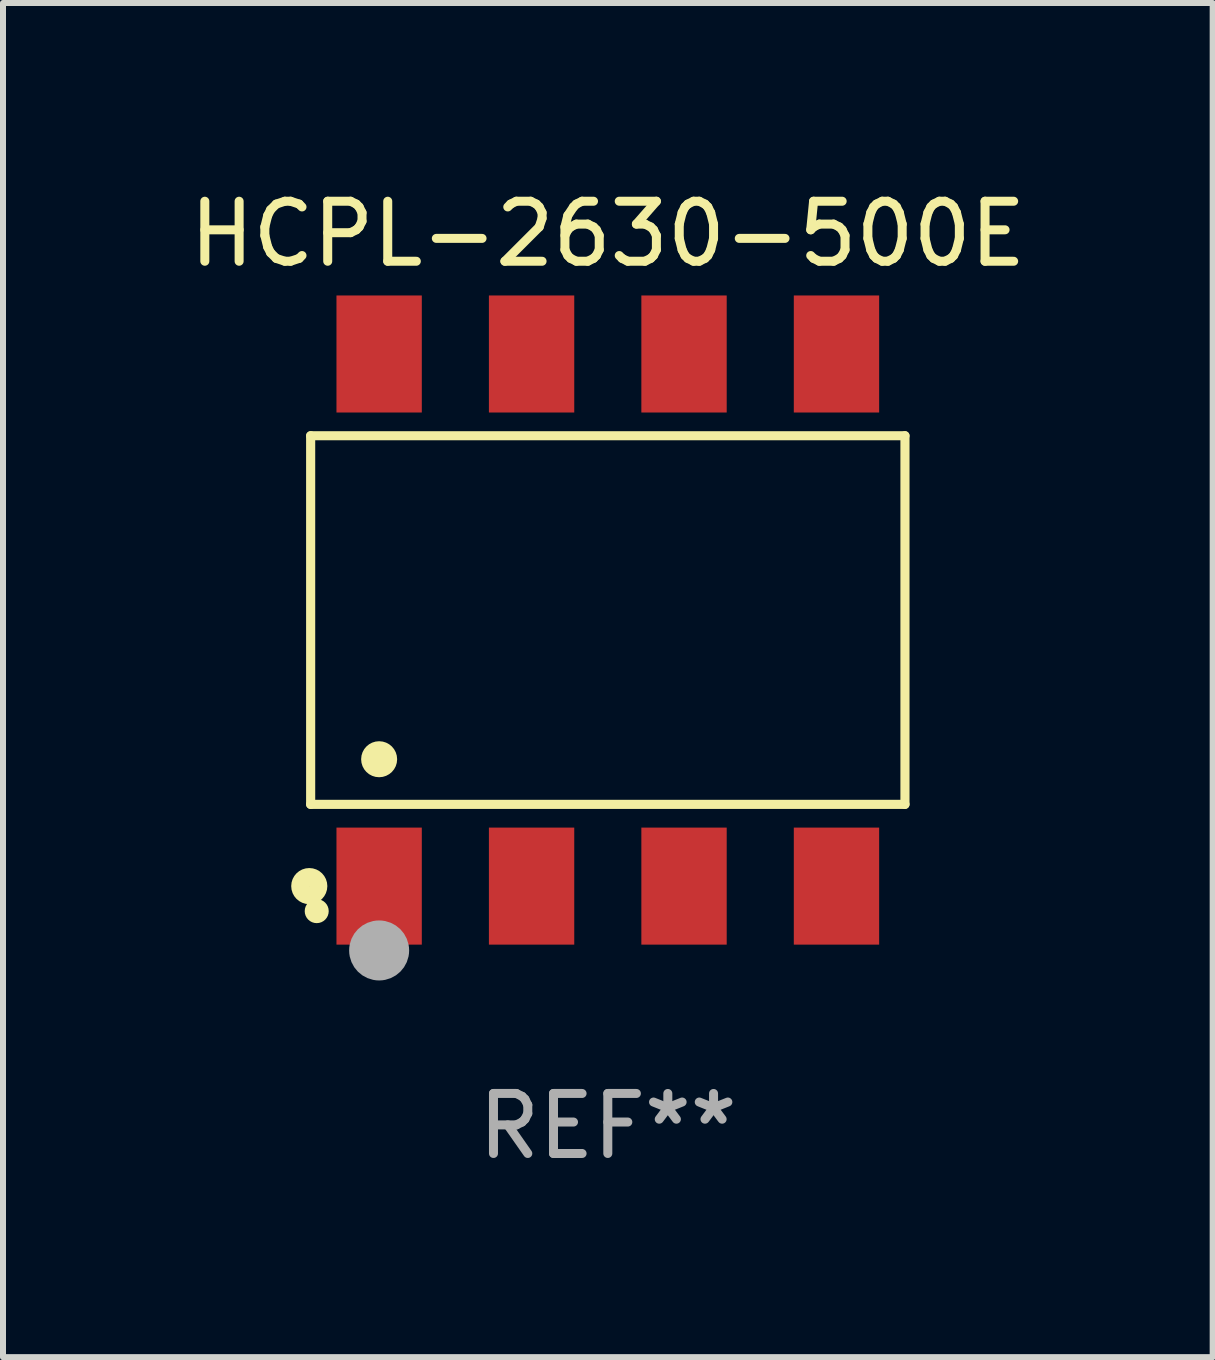
<source format=kicad_pcb>
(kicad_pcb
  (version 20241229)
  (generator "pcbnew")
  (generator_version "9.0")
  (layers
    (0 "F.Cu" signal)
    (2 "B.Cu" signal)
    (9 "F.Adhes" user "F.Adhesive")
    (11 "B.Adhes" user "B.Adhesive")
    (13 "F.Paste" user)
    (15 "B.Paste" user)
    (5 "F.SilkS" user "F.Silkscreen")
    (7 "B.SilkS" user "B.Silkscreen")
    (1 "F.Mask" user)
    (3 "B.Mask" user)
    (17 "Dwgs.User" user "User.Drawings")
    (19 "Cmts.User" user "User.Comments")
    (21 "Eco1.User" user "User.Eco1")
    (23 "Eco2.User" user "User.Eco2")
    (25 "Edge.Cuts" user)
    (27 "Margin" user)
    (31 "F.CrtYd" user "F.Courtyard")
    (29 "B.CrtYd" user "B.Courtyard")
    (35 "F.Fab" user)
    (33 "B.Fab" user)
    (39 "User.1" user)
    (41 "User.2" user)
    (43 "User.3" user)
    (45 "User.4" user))
  (footprint "HCPL-2630-500E"
    (layer "F.Cu")
    (at 7.077 7.281)
    (property "Reference" "HCPL-2630-500E" (at 0 -6.433 0) (layer "F.SilkS") (effects (font (size 1 1) (thickness 0.15))))
    (attr through_hole)
    (fp_line (start -4.951 -3.071) (end 4.951 -3.071) (stroke (width 0.152) (type solid)) (layer "F.SilkS"))
    (fp_line (start -4.951 3.071) (end -4.951 -3.071) (stroke (width 0.152) (type solid)) (layer "F.SilkS"))
    (fp_line (start 4.951 -3.071) (end 4.951 3.071) (stroke (width 0.152) (type solid)) (layer "F.SilkS"))
    (fp_line (start 4.951 3.071) (end -4.951 3.071) (stroke (width 0.152) (type solid)) (layer "F.SilkS"))
    (fp_circle (center -4.974 4.433) (end -4.823 4.433) (stroke (width 0.3) (type solid)) (fill no) (layer "F.SilkS"))
    (fp_circle (center -4.85 4.85) (end -4.75 4.85) (stroke (width 0.2) (type solid)) (fill no) (layer "F.SilkS"))
    (fp_circle (center -3.81 2.319) (end -3.66 2.319) (stroke (width 0.3) (type solid)) (fill no) (layer "F.SilkS"))
    (fp_circle (center -3.81 5.505) (end -3.56 5.505) (stroke (width 0.5) (type solid)) (fill no) (layer "F.Fab"))
    (fp_text user "REF**" (at 0 8.433 0) (layer "F.Fab") (effects (font (size 1 1) (thickness 0.15))))
    (pad "1" smd rect (at -3.81 4.433) (size 1.422 1.95) (layers "F.Cu" "F.Mask" "F.Paste"))
    (pad "2" smd rect (at -1.27 4.433) (size 1.422 1.95) (layers "F.Cu" "F.Mask" "F.Paste"))
    (pad "3" smd rect (at 1.27 4.433) (size 1.422 1.95) (layers "F.Cu" "F.Mask" "F.Paste"))
    (pad "4" smd rect (at 3.81 4.433) (size 1.422 1.95) (layers "F.Cu" "F.Mask" "F.Paste"))
    (pad "5" smd rect (at 3.81 -4.433) (size 1.422 1.95) (layers "F.Cu" "F.Mask" "F.Paste"))
    (pad "6" smd rect (at 1.27 -4.433) (size 1.422 1.95) (layers "F.Cu" "F.Mask" "F.Paste"))
    (pad "7" smd rect (at -1.27 -4.433) (size 1.422 1.95) (layers "F.Cu" "F.Mask" "F.Paste"))
    (pad "8" smd rect (at -3.81 -4.433) (size 1.422 1.95) (layers "F.Cu" "F.Mask" "F.Paste")))
  (gr_rect
    (start -3 -3)
    (end 17.155 19.562)
    (stroke (width 0.1) (type default))
    (fill no)
    (layer "Edge.Cuts")))
</source>
